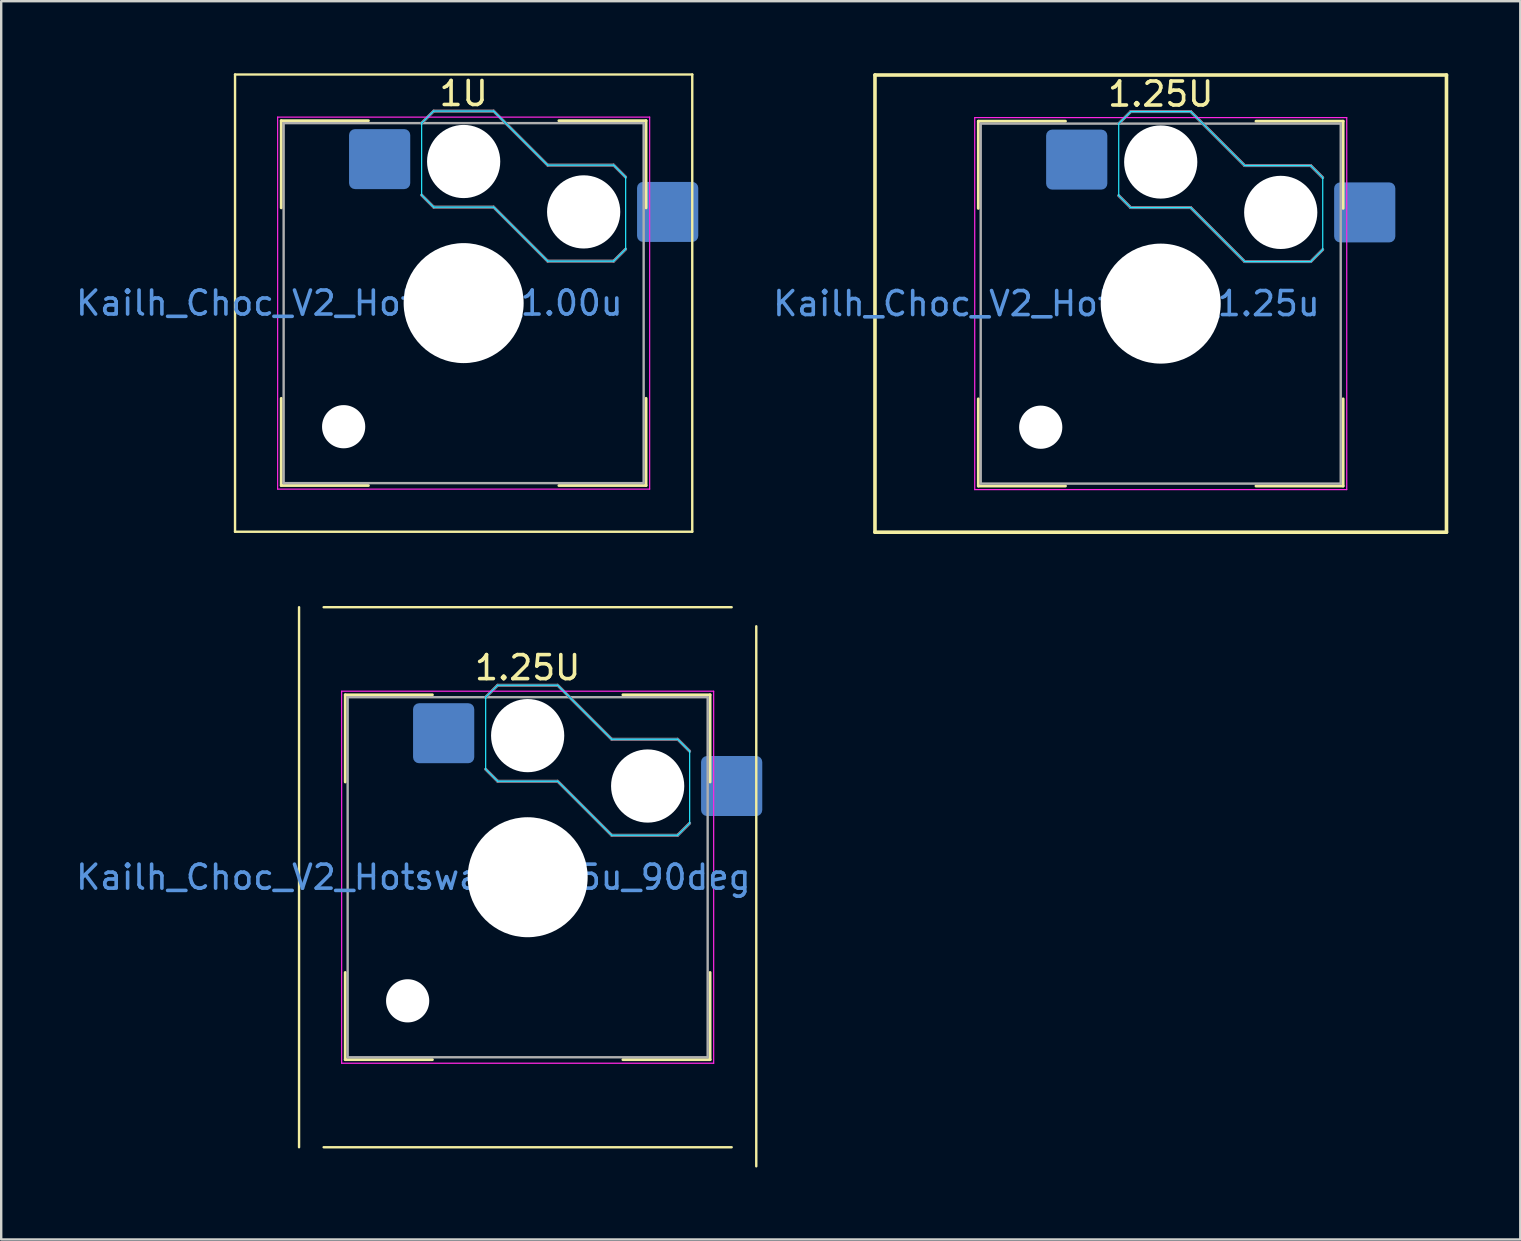
<source format=kicad_pcb>
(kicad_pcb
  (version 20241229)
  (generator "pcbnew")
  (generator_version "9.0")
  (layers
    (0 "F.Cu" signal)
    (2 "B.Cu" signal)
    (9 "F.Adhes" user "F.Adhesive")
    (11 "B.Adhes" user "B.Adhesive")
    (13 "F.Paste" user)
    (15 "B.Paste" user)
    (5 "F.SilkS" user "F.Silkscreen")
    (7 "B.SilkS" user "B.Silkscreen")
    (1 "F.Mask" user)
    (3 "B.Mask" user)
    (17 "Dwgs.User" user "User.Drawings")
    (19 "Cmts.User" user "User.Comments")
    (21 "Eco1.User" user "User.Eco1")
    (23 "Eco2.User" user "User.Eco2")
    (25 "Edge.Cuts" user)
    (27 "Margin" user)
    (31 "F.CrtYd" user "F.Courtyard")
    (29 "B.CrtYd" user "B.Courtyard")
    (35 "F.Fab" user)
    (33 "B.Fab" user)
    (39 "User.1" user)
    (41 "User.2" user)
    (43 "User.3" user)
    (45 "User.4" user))
  (footprint "Kailh_Choc_V2_Hotswap_1.00u"
    (layer "F.Cu")
    (at 16.268 9.579)
    (property "Reference" "Kailh_Choc_V2_Hotswap_1.00u" (at -4.763 0 0) (layer "Cmts.User") (effects (font (size 1 1) (thickness 0.15))))
    (attr smd)
    (fp_line (start -9.525 -9.525) (end -9.525 9.525) (stroke (width 0.1) (type solid)) (layer "F.SilkS"))
    (fp_line (start -9.525 9.525) (end 9.525 9.525) (stroke (width 0.1) (type solid)) (layer "F.SilkS"))
    (fp_line (start -7.6 -3.969) (end -7.6 -7.6) (stroke (width 0.12) (type solid)) (layer "F.SilkS"))
    (fp_line (start -7.6 7.6) (end -7.6 3.969) (stroke (width 0.12) (type solid)) (layer "F.SilkS"))
    (fp_line (start -3.969 -7.6) (end -7.6 -7.6) (stroke (width 0.12) (type solid)) (layer "F.SilkS"))
    (fp_line (start -3.969 7.6) (end -7.6 7.6) (stroke (width 0.12) (type solid)) (layer "F.SilkS"))
    (fp_line (start 7.6 -7.6) (end 3.969 -7.6) (stroke (width 0.12) (type solid)) (layer "F.SilkS"))
    (fp_line (start 7.6 -3.969) (end 7.6 -7.6) (stroke (width 0.12) (type solid)) (layer "F.SilkS"))
    (fp_line (start 7.6 7.6) (end 3.969 7.6) (stroke (width 0.12) (type solid)) (layer "F.SilkS"))
    (fp_line (start 7.6 7.6) (end 7.6 3.969) (stroke (width 0.12) (type solid)) (layer "F.SilkS"))
    (fp_line (start 9.525 -9.525) (end -9.525 -9.525) (stroke (width 0.1) (type solid)) (layer "F.SilkS"))
    (fp_line (start 9.525 9.525) (end 9.525 -9.525) (stroke (width 0.1) (type solid)) (layer "F.SilkS"))
    (fp_line (start -1.75 -7.5) (end -1.25 -8) (stroke (width 0.12) (type solid)) (layer "B.SilkS"))
    (fp_line (start -1.25 -8) (end 1.25 -8) (stroke (width 0.12) (type solid)) (layer "B.SilkS"))
    (fp_line (start -1.25 -4) (end -1.75 -4.5) (stroke (width 0.12) (type solid)) (layer "B.SilkS"))
    (fp_line (start 1.25 -8) (end 3.5 -5.75) (stroke (width 0.12) (type solid)) (layer "B.SilkS"))
    (fp_line (start 1.25 -4) (end -1.25 -4) (stroke (width 0.12) (type solid)) (layer "B.SilkS"))
    (fp_line (start 3.5 -5.75) (end 6.25 -5.75) (stroke (width 0.12) (type solid)) (layer "B.SilkS"))
    (fp_line (start 3.5 -1.75) (end 1.25 -4) (stroke (width 0.12) (type solid)) (layer "B.SilkS"))
    (fp_line (start 6.25 -5.75) (end 6.75 -5.25) (stroke (width 0.12) (type solid)) (layer "B.SilkS"))
    (fp_line (start 6.25 -1.75) (end 3.5 -1.75) (stroke (width 0.12) (type solid)) (layer "B.SilkS"))
    (fp_line (start 6.75 -2.25) (end 6.25 -1.75) (stroke (width 0.12) (type solid)) (layer "B.SilkS"))
    (fp_line (start -7.25 -7.25) (end -7.25 7.25) (stroke (width 0.1) (type solid)) (layer "Eco1.User"))
    (fp_line (start -7.25 7.25) (end 7.25 7.25) (stroke (width 0.1) (type solid)) (layer "Eco1.User"))
    (fp_line (start 7.25 -7.25) (end -7.25 -7.25) (stroke (width 0.1) (type solid)) (layer "Eco1.User"))
    (fp_line (start 7.25 7.25) (end 7.25 -7.25) (stroke (width 0.1) (type solid)) (layer "Eco1.User"))
    (fp_line (start -1.75 -7.5) (end -1.25 -8) (stroke (width 0.05) (type solid)) (layer "B.CrtYd"))
    (fp_line (start -1.75 -4.5) (end -1.75 -7.5) (stroke (width 0.05) (type solid)) (layer "B.CrtYd"))
    (fp_line (start -1.25 -8) (end 1.25 -8) (stroke (width 0.05) (type solid)) (layer "B.CrtYd"))
    (fp_line (start -1.25 -4) (end -1.75 -4.5) (stroke (width 0.05) (type solid)) (layer "B.CrtYd"))
    (fp_line (start 1.25 -8) (end 3.5 -5.75) (stroke (width 0.05) (type solid)) (layer "B.CrtYd"))
    (fp_line (start 1.25 -4) (end -1.25 -4) (stroke (width 0.05) (type solid)) (layer "B.CrtYd"))
    (fp_line (start 3.5 -5.75) (end 6.25 -5.75) (stroke (width 0.05) (type solid)) (layer "B.CrtYd"))
    (fp_line (start 3.5 -1.75) (end 1.25 -4) (stroke (width 0.05) (type solid)) (layer "B.CrtYd"))
    (fp_line (start 6.25 -5.75) (end 6.75 -5.25) (stroke (width 0.05) (type solid)) (layer "B.CrtYd"))
    (fp_line (start 6.25 -1.75) (end 3.5 -1.75) (stroke (width 0.05) (type solid)) (layer "B.CrtYd"))
    (fp_line (start 6.75 -5.25) (end 6.75 -2.25) (stroke (width 0.05) (type solid)) (layer "B.CrtYd"))
    (fp_line (start 6.75 -2.25) (end 6.25 -1.75) (stroke (width 0.05) (type solid)) (layer "B.CrtYd"))
    (fp_line (start -7.75 -7.75) (end -7.75 7.75) (stroke (width 0.05) (type solid)) (layer "F.CrtYd"))
    (fp_line (start -7.75 7.75) (end 7.75 7.75) (stroke (width 0.05) (type solid)) (layer "F.CrtYd"))
    (fp_line (start 7.75 -7.75) (end -7.75 -7.75) (stroke (width 0.05) (type solid)) (layer "F.CrtYd"))
    (fp_line (start 7.75 7.75) (end 7.75 -7.75) (stroke (width 0.05) (type solid)) (layer "F.CrtYd"))
    (fp_line (start -1.75 -7.5) (end -1.25 -8) (stroke (width 0.1) (type solid)) (layer "B.Fab"))
    (fp_line (start -1.25 -8) (end 1.25 -8) (stroke (width 0.1) (type solid)) (layer "B.Fab"))
    (fp_line (start -1.25 -4) (end -1.75 -4.5) (stroke (width 0.1) (type solid)) (layer "B.Fab"))
    (fp_line (start 1.25 -8) (end 3.5 -5.75) (stroke (width 0.1) (type solid)) (layer "B.Fab"))
    (fp_line (start 1.25 -4) (end -1.25 -4) (stroke (width 0.1) (type solid)) (layer "B.Fab"))
    (fp_line (start 3.5 -5.75) (end 6.25 -5.75) (stroke (width 0.1) (type solid)) (layer "B.Fab"))
    (fp_line (start 3.5 -1.75) (end 1.25 -4) (stroke (width 0.1) (type solid)) (layer "B.Fab"))
    (fp_line (start 6.25 -5.75) (end 6.75 -5.25) (stroke (width 0.1) (type solid)) (layer "B.Fab"))
    (fp_line (start 6.25 -1.75) (end 3.5 -1.75) (stroke (width 0.1) (type solid)) (layer "B.Fab"))
    (fp_line (start 6.75 -2.25) (end 6.25 -1.75) (stroke (width 0.1) (type solid)) (layer "B.Fab"))
    (fp_line (start -7.5 -7.5) (end -7.5 7.5) (stroke (width 0.1) (type solid)) (layer "F.Fab"))
    (fp_line (start -7.5 7.5) (end 7.5 7.5) (stroke (width 0.1) (type solid)) (layer "F.Fab"))
    (fp_line (start 7.5 -7.5) (end -7.5 -7.5) (stroke (width 0.1) (type solid)) (layer "F.Fab"))
    (fp_line (start 7.5 7.5) (end 7.5 -7.5) (stroke (width 0.1) (type solid)) (layer "F.Fab"))
    (fp_text user "1U" (at 0 -8.731 0) (unlocked yes) (layer "F.SilkS") (effects (font (size 1 1) (thickness 0.15))))
    (pad "" np_thru_hole circle (at -5 5.15) (size 1.8 1.8) (drill 1.8) (layers "*.Cu" "*.Mask"))
    (pad "" np_thru_hole circle (at 0 -5.9) (size 3.05 3.05) (drill 3.05) (layers "*.Cu" "*.Mask"))
    (pad "" np_thru_hole circle (at 0 0) (size 5 5) (drill 5) (layers "*.Cu" "*.Mask"))
    (pad "" np_thru_hole circle (at 5 -3.8) (size 3.05 3.05) (drill 3.05) (layers "*.Cu" "*.Mask"))
    (pad "1" smd roundrect (at -3.5 -6) (size 2.55 2.5) (layers "B.Cu" "B.Mask" "B.Paste") (roundrect_rratio 0.1))
    (pad "2" smd roundrect (at 8.5 -3.8) (size 2.55 2.5) (layers "B.Cu" "B.Mask" "B.Paste") (roundrect_rratio 0.1)))
  (footprint "Kailh_Choc_V2_Hotswap_1.25u_90deg"
    (layer "F.Cu")
    (at 18.935 33.5)
    (property "Reference" "Kailh_Choc_V2_Hotswap_1.25u_90deg" (at -4.763 0 0) (layer "Cmts.User") (effects (font (size 1 1) (thickness 0.15))))
    (attr smd)
    (fp_line (start -9.525 11.25) (end -9.525 -11.25) (stroke (width 0.1) (type solid)) (layer "F.SilkS"))
    (fp_line (start -8.5 -11.25) (end 8.5 -11.25) (stroke (width 0.1) (type solid)) (layer "F.SilkS"))
    (fp_line (start -7.6 -3.969) (end -7.6 -7.6) (stroke (width 0.12) (type solid)) (layer "F.SilkS"))
    (fp_line (start -7.6 7.6) (end -7.6 3.969) (stroke (width 0.12) (type solid)) (layer "F.SilkS"))
    (fp_line (start -3.969 -7.6) (end -7.6 -7.6) (stroke (width 0.12) (type solid)) (layer "F.SilkS"))
    (fp_line (start -3.969 7.6) (end -7.6 7.6) (stroke (width 0.12) (type solid)) (layer "F.SilkS"))
    (fp_line (start 7.6 -7.6) (end 3.969 -7.6) (stroke (width 0.12) (type solid)) (layer "F.SilkS"))
    (fp_line (start 7.6 -3.969) (end 7.6 -7.6) (stroke (width 0.12) (type solid)) (layer "F.SilkS"))
    (fp_line (start 7.6 7.6) (end 3.969 7.6) (stroke (width 0.12) (type solid)) (layer "F.SilkS"))
    (fp_line (start 7.6 7.6) (end 7.6 3.969) (stroke (width 0.12) (type solid)) (layer "F.SilkS"))
    (fp_line (start 8.5 11.25) (end -8.5 11.25) (stroke (width 0.1) (type solid)) (layer "F.SilkS"))
    (fp_line (start 9.525 -10.456) (end 9.525 12.044) (stroke (width 0.1) (type solid)) (layer "F.SilkS"))
    (fp_line (start -1.75 -7.5) (end -1.25 -8) (stroke (width 0.12) (type solid)) (layer "B.SilkS"))
    (fp_line (start -1.25 -8) (end 1.25 -8) (stroke (width 0.12) (type solid)) (layer "B.SilkS"))
    (fp_line (start -1.25 -4) (end -1.75 -4.5) (stroke (width 0.12) (type solid)) (layer "B.SilkS"))
    (fp_line (start 1.25 -8) (end 3.5 -5.75) (stroke (width 0.12) (type solid)) (layer "B.SilkS"))
    (fp_line (start 1.25 -4) (end -1.25 -4) (stroke (width 0.12) (type solid)) (layer "B.SilkS"))
    (fp_line (start 3.5 -5.75) (end 6.25 -5.75) (stroke (width 0.12) (type solid)) (layer "B.SilkS"))
    (fp_line (start 3.5 -1.75) (end 1.25 -4) (stroke (width 0.12) (type solid)) (layer "B.SilkS"))
    (fp_line (start 6.25 -5.75) (end 6.75 -5.25) (stroke (width 0.12) (type solid)) (layer "B.SilkS"))
    (fp_line (start 6.25 -1.75) (end 3.5 -1.75) (stroke (width 0.12) (type solid)) (layer "B.SilkS"))
    (fp_line (start 6.75 -2.25) (end 6.25 -1.75) (stroke (width 0.12) (type solid)) (layer "B.SilkS"))
    (fp_line (start -7.25 -7.25) (end -7.25 7.25) (stroke (width 0.1) (type solid)) (layer "Eco1.User"))
    (fp_line (start -7.25 7.25) (end 7.25 7.25) (stroke (width 0.1) (type solid)) (layer "Eco1.User"))
    (fp_line (start 7.25 -7.25) (end -7.25 -7.25) (stroke (width 0.1) (type solid)) (layer "Eco1.User"))
    (fp_line (start 7.25 7.25) (end 7.25 -7.25) (stroke (width 0.1) (type solid)) (layer "Eco1.User"))
    (fp_line (start -1.75 -7.5) (end -1.25 -8) (stroke (width 0.05) (type solid)) (layer "B.CrtYd"))
    (fp_line (start -1.75 -4.5) (end -1.75 -7.5) (stroke (width 0.05) (type solid)) (layer "B.CrtYd"))
    (fp_line (start -1.25 -8) (end 1.25 -8) (stroke (width 0.05) (type solid)) (layer "B.CrtYd"))
    (fp_line (start -1.25 -4) (end -1.75 -4.5) (stroke (width 0.05) (type solid)) (layer "B.CrtYd"))
    (fp_line (start 1.25 -8) (end 3.5 -5.75) (stroke (width 0.05) (type solid)) (layer "B.CrtYd"))
    (fp_line (start 1.25 -4) (end -1.25 -4) (stroke (width 0.05) (type solid)) (layer "B.CrtYd"))
    (fp_line (start 3.5 -5.75) (end 6.25 -5.75) (stroke (width 0.05) (type solid)) (layer "B.CrtYd"))
    (fp_line (start 3.5 -1.75) (end 1.25 -4) (stroke (width 0.05) (type solid)) (layer "B.CrtYd"))
    (fp_line (start 6.25 -5.75) (end 6.75 -5.25) (stroke (width 0.05) (type solid)) (layer "B.CrtYd"))
    (fp_line (start 6.25 -1.75) (end 3.5 -1.75) (stroke (width 0.05) (type solid)) (layer "B.CrtYd"))
    (fp_line (start 6.75 -5.25) (end 6.75 -2.25) (stroke (width 0.05) (type solid)) (layer "B.CrtYd"))
    (fp_line (start 6.75 -2.25) (end 6.25 -1.75) (stroke (width 0.05) (type solid)) (layer "B.CrtYd"))
    (fp_line (start -7.75 -7.75) (end -7.75 7.75) (stroke (width 0.05) (type solid)) (layer "F.CrtYd"))
    (fp_line (start -7.75 7.75) (end 7.75 7.75) (stroke (width 0.05) (type solid)) (layer "F.CrtYd"))
    (fp_line (start 7.75 -7.75) (end -7.75 -7.75) (stroke (width 0.05) (type solid)) (layer "F.CrtYd"))
    (fp_line (start 7.75 7.75) (end 7.75 -7.75) (stroke (width 0.05) (type solid)) (layer "F.CrtYd"))
    (fp_line (start -1.75 -7.5) (end -1.25 -8) (stroke (width 0.1) (type solid)) (layer "B.Fab"))
    (fp_line (start -1.25 -8) (end 1.25 -8) (stroke (width 0.1) (type solid)) (layer "B.Fab"))
    (fp_line (start -1.25 -4) (end -1.75 -4.5) (stroke (width 0.1) (type solid)) (layer "B.Fab"))
    (fp_line (start 1.25 -8) (end 3.5 -5.75) (stroke (width 0.1) (type solid)) (layer "B.Fab"))
    (fp_line (start 1.25 -4) (end -1.25 -4) (stroke (width 0.1) (type solid)) (layer "B.Fab"))
    (fp_line (start 3.5 -5.75) (end 6.25 -5.75) (stroke (width 0.1) (type solid)) (layer "B.Fab"))
    (fp_line (start 3.5 -1.75) (end 1.25 -4) (stroke (width 0.1) (type solid)) (layer "B.Fab"))
    (fp_line (start 6.25 -5.75) (end 6.75 -5.25) (stroke (width 0.1) (type solid)) (layer "B.Fab"))
    (fp_line (start 6.25 -1.75) (end 3.5 -1.75) (stroke (width 0.1) (type solid)) (layer "B.Fab"))
    (fp_line (start 6.75 -2.25) (end 6.25 -1.75) (stroke (width 0.1) (type solid)) (layer "B.Fab"))
    (fp_line (start -7.5 -7.5) (end -7.5 7.5) (stroke (width 0.1) (type solid)) (layer "F.Fab"))
    (fp_line (start -7.5 7.5) (end 7.5 7.5) (stroke (width 0.1) (type solid)) (layer "F.Fab"))
    (fp_line (start 7.5 -7.5) (end -7.5 -7.5) (stroke (width 0.1) (type solid)) (layer "F.Fab"))
    (fp_line (start 7.5 7.5) (end 7.5 -7.5) (stroke (width 0.1) (type solid)) (layer "F.Fab"))
    (fp_text user "1.25U" (at 0 -8.731 0) (unlocked yes) (layer "F.SilkS") (effects (font (size 1 1) (thickness 0.15))))
    (pad "" np_thru_hole circle (at -5 5.15) (size 1.8 1.8) (drill 1.8) (layers "*.Cu" "*.Mask"))
    (pad "" np_thru_hole circle (at 0 -5.9) (size 3.05 3.05) (drill 3.05) (layers "*.Cu" "*.Mask"))
    (pad "" np_thru_hole circle (at 0 0) (size 5 5) (drill 5) (layers "*.Cu" "*.Mask"))
    (pad "" np_thru_hole circle (at 5 -3.8) (size 3.05 3.05) (drill 3.05) (layers "*.Cu" "*.Mask"))
    (pad "1" smd roundrect (at -3.5 -6) (size 2.55 2.5) (layers "B.Cu" "B.Mask" "B.Paste") (roundrect_rratio 0.1))
    (pad "2" smd roundrect (at 8.5 -3.8) (size 2.55 2.5) (layers "B.Cu" "B.Mask" "B.Paste") (roundrect_rratio 0.1)))
  (footprint "Kailh_Choc_V2_Hotswap_1.25u"
    (layer "F.Cu")
    (at 45.312 9.6)
    (property "Reference" "Kailh_Choc_V2_Hotswap_1.25u" (at -4.763 0 0) (layer "Cmts.User") (effects (font (size 1 1) (thickness 0.15))))
    (attr smd)
    (fp_line (start -11.906 -9.525) (end 11.906 -9.525) (stroke (width 0.15) (type solid)) (layer "F.SilkS"))
    (fp_line (start -11.906 9.525) (end -11.906 -9.525) (stroke (width 0.15) (type solid)) (layer "F.SilkS"))
    (fp_line (start -7.6 -3.969) (end -7.6 -7.6) (stroke (width 0.12) (type solid)) (layer "F.SilkS"))
    (fp_line (start -7.6 7.6) (end -7.6 3.969) (stroke (width 0.12) (type solid)) (layer "F.SilkS"))
    (fp_line (start -3.969 -7.6) (end -7.6 -7.6) (stroke (width 0.12) (type solid)) (layer "F.SilkS"))
    (fp_line (start -3.969 7.6) (end -7.6 7.6) (stroke (width 0.12) (type solid)) (layer "F.SilkS"))
    (fp_line (start 7.6 -7.6) (end 3.969 -7.6) (stroke (width 0.12) (type solid)) (layer "F.SilkS"))
    (fp_line (start 7.6 -3.969) (end 7.6 -7.6) (stroke (width 0.12) (type solid)) (layer "F.SilkS"))
    (fp_line (start 7.6 7.6) (end 3.969 7.6) (stroke (width 0.12) (type solid)) (layer "F.SilkS"))
    (fp_line (start 7.6 7.6) (end 7.6 3.969) (stroke (width 0.12) (type solid)) (layer "F.SilkS"))
    (fp_line (start 11.906 -9.525) (end 11.906 9.525) (stroke (width 0.15) (type solid)) (layer "F.SilkS"))
    (fp_line (start 11.906 9.525) (end -11.906 9.525) (stroke (width 0.15) (type solid)) (layer "F.SilkS"))
    (fp_line (start -1.75 -7.5) (end -1.25 -8) (stroke (width 0.12) (type solid)) (layer "B.SilkS"))
    (fp_line (start -1.25 -8) (end 1.25 -8) (stroke (width 0.12) (type solid)) (layer "B.SilkS"))
    (fp_line (start -1.25 -4) (end -1.75 -4.5) (stroke (width 0.12) (type solid)) (layer "B.SilkS"))
    (fp_line (start 1.25 -8) (end 3.5 -5.75) (stroke (width 0.12) (type solid)) (layer "B.SilkS"))
    (fp_line (start 1.25 -4) (end -1.25 -4) (stroke (width 0.12) (type solid)) (layer "B.SilkS"))
    (fp_line (start 3.5 -5.75) (end 6.25 -5.75) (stroke (width 0.12) (type solid)) (layer "B.SilkS"))
    (fp_line (start 3.5 -1.75) (end 1.25 -4) (stroke (width 0.12) (type solid)) (layer "B.SilkS"))
    (fp_line (start 6.25 -5.75) (end 6.75 -5.25) (stroke (width 0.12) (type solid)) (layer "B.SilkS"))
    (fp_line (start 6.25 -1.75) (end 3.5 -1.75) (stroke (width 0.12) (type solid)) (layer "B.SilkS"))
    (fp_line (start 6.75 -2.25) (end 6.25 -1.75) (stroke (width 0.12) (type solid)) (layer "B.SilkS"))
    (fp_line (start -7.25 -7.25) (end -7.25 7.25) (stroke (width 0.1) (type solid)) (layer "Eco1.User"))
    (fp_line (start -7.25 7.25) (end 7.25 7.25) (stroke (width 0.1) (type solid)) (layer "Eco1.User"))
    (fp_line (start 7.25 -7.25) (end -7.25 -7.25) (stroke (width 0.1) (type solid)) (layer "Eco1.User"))
    (fp_line (start 7.25 7.25) (end 7.25 -7.25) (stroke (width 0.1) (type solid)) (layer "Eco1.User"))
    (fp_line (start -1.75 -7.5) (end -1.25 -8) (stroke (width 0.05) (type solid)) (layer "B.CrtYd"))
    (fp_line (start -1.75 -4.5) (end -1.75 -7.5) (stroke (width 0.05) (type solid)) (layer "B.CrtYd"))
    (fp_line (start -1.25 -8) (end 1.25 -8) (stroke (width 0.05) (type solid)) (layer "B.CrtYd"))
    (fp_line (start -1.25 -4) (end -1.75 -4.5) (stroke (width 0.05) (type solid)) (layer "B.CrtYd"))
    (fp_line (start 1.25 -8) (end 3.5 -5.75) (stroke (width 0.05) (type solid)) (layer "B.CrtYd"))
    (fp_line (start 1.25 -4) (end -1.25 -4) (stroke (width 0.05) (type solid)) (layer "B.CrtYd"))
    (fp_line (start 3.5 -5.75) (end 6.25 -5.75) (stroke (width 0.05) (type solid)) (layer "B.CrtYd"))
    (fp_line (start 3.5 -1.75) (end 1.25 -4) (stroke (width 0.05) (type solid)) (layer "B.CrtYd"))
    (fp_line (start 6.25 -5.75) (end 6.75 -5.25) (stroke (width 0.05) (type solid)) (layer "B.CrtYd"))
    (fp_line (start 6.25 -1.75) (end 3.5 -1.75) (stroke (width 0.05) (type solid)) (layer "B.CrtYd"))
    (fp_line (start 6.75 -5.25) (end 6.75 -2.25) (stroke (width 0.05) (type solid)) (layer "B.CrtYd"))
    (fp_line (start 6.75 -2.25) (end 6.25 -1.75) (stroke (width 0.05) (type solid)) (layer "B.CrtYd"))
    (fp_line (start -7.75 -7.75) (end -7.75 7.75) (stroke (width 0.05) (type solid)) (layer "F.CrtYd"))
    (fp_line (start -7.75 7.75) (end 7.75 7.75) (stroke (width 0.05) (type solid)) (layer "F.CrtYd"))
    (fp_line (start 7.75 -7.75) (end -7.75 -7.75) (stroke (width 0.05) (type solid)) (layer "F.CrtYd"))
    (fp_line (start 7.75 7.75) (end 7.75 -7.75) (stroke (width 0.05) (type solid)) (layer "F.CrtYd"))
    (fp_line (start -1.75 -7.5) (end -1.25 -8) (stroke (width 0.1) (type solid)) (layer "B.Fab"))
    (fp_line (start -1.25 -8) (end 1.25 -8) (stroke (width 0.1) (type solid)) (layer "B.Fab"))
    (fp_line (start -1.25 -4) (end -1.75 -4.5) (stroke (width 0.1) (type solid)) (layer "B.Fab"))
    (fp_line (start 1.25 -8) (end 3.5 -5.75) (stroke (width 0.1) (type solid)) (layer "B.Fab"))
    (fp_line (start 1.25 -4) (end -1.25 -4) (stroke (width 0.1) (type solid)) (layer "B.Fab"))
    (fp_line (start 3.5 -5.75) (end 6.25 -5.75) (stroke (width 0.1) (type solid)) (layer "B.Fab"))
    (fp_line (start 3.5 -1.75) (end 1.25 -4) (stroke (width 0.1) (type solid)) (layer "B.Fab"))
    (fp_line (start 6.25 -5.75) (end 6.75 -5.25) (stroke (width 0.1) (type solid)) (layer "B.Fab"))
    (fp_line (start 6.25 -1.75) (end 3.5 -1.75) (stroke (width 0.1) (type solid)) (layer "B.Fab"))
    (fp_line (start 6.75 -2.25) (end 6.25 -1.75) (stroke (width 0.1) (type solid)) (layer "B.Fab"))
    (fp_line (start -7.5 -7.5) (end -7.5 7.5) (stroke (width 0.1) (type solid)) (layer "F.Fab"))
    (fp_line (start -7.5 7.5) (end 7.5 7.5) (stroke (width 0.1) (type solid)) (layer "F.Fab"))
    (fp_line (start 7.5 -7.5) (end -7.5 -7.5) (stroke (width 0.1) (type solid)) (layer "F.Fab"))
    (fp_line (start 7.5 7.5) (end 7.5 -7.5) (stroke (width 0.1) (type solid)) (layer "F.Fab"))
    (fp_text user "1.25U" (at 0 -8.731 0) (unlocked yes) (layer "F.SilkS") (effects (font (size 1 1) (thickness 0.15))))
    (pad "" np_thru_hole circle (at -5 5.15) (size 1.8 1.8) (drill 1.8) (layers "*.Cu" "*.Mask"))
    (pad "" np_thru_hole circle (at 0 -5.9) (size 3.05 3.05) (drill 3.05) (layers "*.Cu" "*.Mask"))
    (pad "" np_thru_hole circle (at 0 0) (size 5 5) (drill 5) (layers "*.Cu" "*.Mask"))
    (pad "" np_thru_hole circle (at 5 -3.8) (size 3.05 3.05) (drill 3.05) (layers "*.Cu" "*.Mask"))
    (pad "1" smd roundrect (at -3.5 -6) (size 2.55 2.5) (layers "B.Cu" "B.Mask" "B.Paste") (roundrect_rratio 0.1))
    (pad "2" smd roundrect (at 8.5 -3.8) (size 2.55 2.5) (layers "B.Cu" "B.Mask" "B.Paste") (roundrect_rratio 0.1)))
  (gr_rect
    (start -3 -3)
    (end 60.293 48.594)
    (stroke (width 0.1) (type default))
    (fill no)
    (layer "Edge.Cuts")))
</source>
